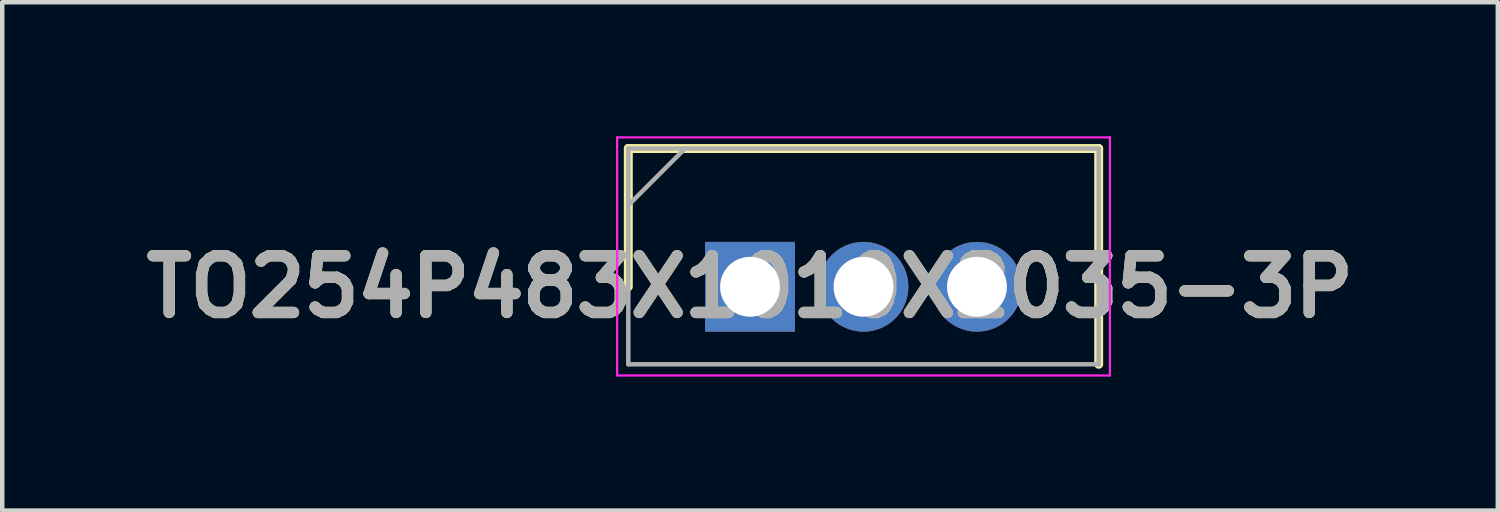
<source format=kicad_pcb>
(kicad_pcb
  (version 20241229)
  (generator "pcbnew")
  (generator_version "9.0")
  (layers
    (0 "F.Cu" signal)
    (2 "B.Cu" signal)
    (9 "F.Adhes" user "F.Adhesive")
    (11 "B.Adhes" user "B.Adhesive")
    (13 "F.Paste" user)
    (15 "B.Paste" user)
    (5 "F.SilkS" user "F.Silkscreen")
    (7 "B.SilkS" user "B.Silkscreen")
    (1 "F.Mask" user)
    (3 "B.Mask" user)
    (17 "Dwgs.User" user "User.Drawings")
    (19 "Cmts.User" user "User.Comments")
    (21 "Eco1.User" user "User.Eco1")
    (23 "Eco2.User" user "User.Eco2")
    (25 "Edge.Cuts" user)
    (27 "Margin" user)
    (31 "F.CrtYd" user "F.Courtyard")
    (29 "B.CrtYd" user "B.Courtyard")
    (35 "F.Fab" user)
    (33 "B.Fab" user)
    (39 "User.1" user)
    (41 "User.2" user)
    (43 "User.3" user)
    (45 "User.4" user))
  (footprint "TO254P483X1010X2035-3P"
    (layer "F.Cu")
    (at 13.74 3.37)
    (property "Reference" "TO254P483X1010X2035-3P" (at 0 0 0) (layer "F.SilkS") (effects (font (size 1.27 1.27) (thickness 0.254))))
    (attr through_hole)
    (fp_line (start -2.725 -3.095) (end -2.725 0) (stroke (width 0.2) (type solid)) (layer "F.SilkS"))
    (fp_line (start 7.805 -3.095) (end -2.725 -3.095) (stroke (width 0.2) (type solid)) (layer "F.SilkS"))
    (fp_line (start 7.805 1.735) (end 7.805 -3.095) (stroke (width 0.2) (type solid)) (layer "F.SilkS"))
    (fp_line (start -2.975 -3.345) (end 8.055 -3.345) (stroke (width 0.05) (type solid)) (layer "F.CrtYd"))
    (fp_line (start -2.975 1.985) (end -2.975 -3.345) (stroke (width 0.05) (type solid)) (layer "F.CrtYd"))
    (fp_line (start 8.055 -3.345) (end 8.055 1.985) (stroke (width 0.05) (type solid)) (layer "F.CrtYd"))
    (fp_line (start 8.055 1.985) (end -2.975 1.985) (stroke (width 0.05) (type solid)) (layer "F.CrtYd"))
    (fp_line (start -2.725 -3.095) (end 7.805 -3.095) (stroke (width 0.1) (type solid)) (layer "F.Fab"))
    (fp_line (start -2.725 -1.825) (end -1.455 -3.095) (stroke (width 0.1) (type solid)) (layer "F.Fab"))
    (fp_line (start -2.725 1.735) (end -2.725 -3.095) (stroke (width 0.1) (type solid)) (layer "F.Fab"))
    (fp_line (start 7.805 -3.095) (end 7.805 1.735) (stroke (width 0.1) (type solid)) (layer "F.Fab"))
    (fp_line (start 7.805 1.735) (end -2.725 1.735) (stroke (width 0.1) (type solid)) (layer "F.Fab"))
    (fp_text user "${REFERENCE}" (at 0 0 0) (layer "F.Fab") (effects (font (size 1.27 1.27) (thickness 0.254))))
    (pad "1" thru_hole rect (at 0 0) (size 2.01 2.01) (drill 1.34) (layers "*.Cu" "*.Mask"))
    (pad "2" thru_hole circle (at 2.54 0) (size 2.01 2.01) (drill 1.34) (layers "*.Cu" "*.Mask"))
    (pad "3" thru_hole circle (at 5.08 0) (size 2.01 2.01) (drill 1.34) (layers "*.Cu" "*.Mask")))
  (gr_rect
    (start -3 -3)
    (end 30.48 8.38)
    (stroke (width 0.1) (type default))
    (fill no)
    (layer "Edge.Cuts")))
</source>
